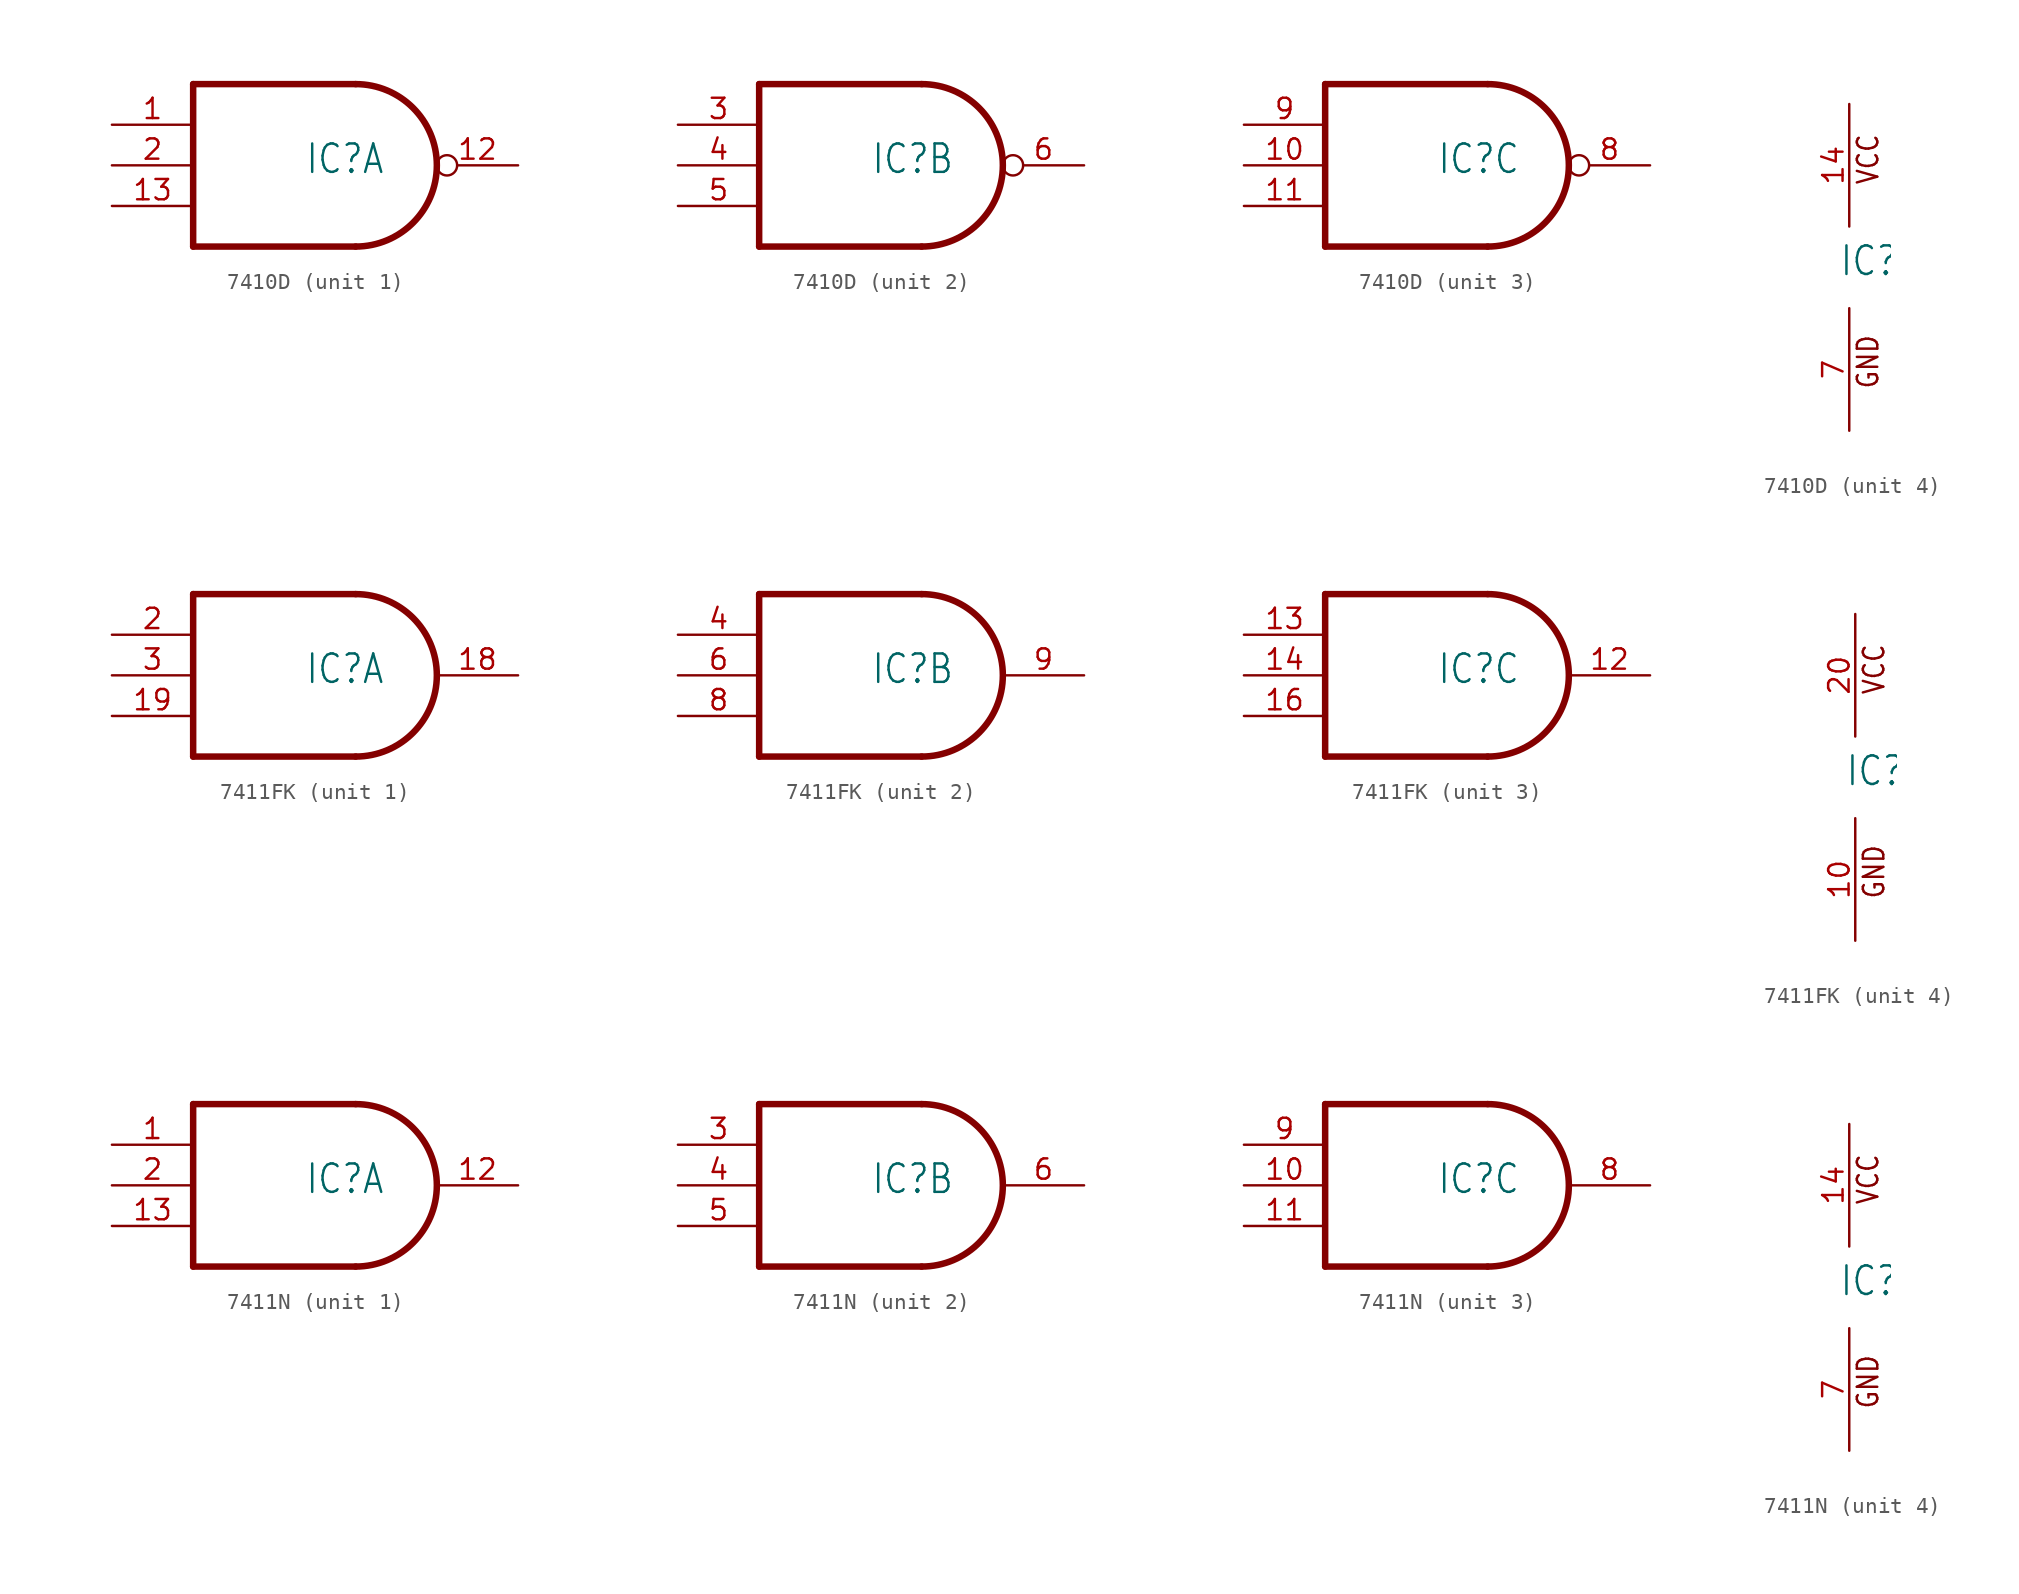
<source format=kicad_sym>
(kicad_symbol_lib
  (version 20220914)
  (generator kicad_symbol_editor)
  (symbol "7410D"
    (property "Reference" "IC"
      (at -0.635 -0.635 0)
      (effects (font (size 1.778 1.511)) (justify left bottom)))
    (property "ki_locked" ""
      (at 0 0 0)
      (effects (font (size 1.27 1.27))))
    (symbol "7410D_1_0"
      (polyline (pts (xy -7.62 -5.08) (xy 2.54 -5.08)) (stroke (width 0.406) (type solid)) (fill (type none)))
      (polyline (pts (xy -7.62 5.08) (xy -7.62 -5.08)) (stroke (width 0.406) (type solid)) (fill (type none)))
      (polyline (pts (xy 2.54 5.08) (xy -7.62 5.08)) (stroke (width 0.406) (type solid)) (fill (type none)))
      (arc (start 2.5398 -5.08) (mid 7.6199 -0.0001) (end 2.54 5.08) (stroke (width 0.4064) (type solid)) (fill (type none)))
      (pin input line (at -12.7 2.54 0) (length 5.08) (name "I0" (effects (font (size 0 0)))) (number "1" (effects (font (size 1.27 1.27)))))
      (pin output inverted (at 12.7 0 180) (length 5.08) (name "O" (effects (font (size 0 0)))) (number "12" (effects (font (size 1.27 1.27)))))
      (pin input line (at -12.7 -2.54 0) (length 5.08) (name "I2" (effects (font (size 0 0)))) (number "13" (effects (font (size 1.27 1.27)))))
      (pin input line (at -12.7 0 0) (length 5.08) (name "I1" (effects (font (size 0 0)))) (number "2" (effects (font (size 1.27 1.27))))))
    (symbol "7410D_2_0"
      (polyline (pts (xy -7.62 -5.08) (xy 2.54 -5.08)) (stroke (width 0.406) (type solid)) (fill (type none)))
      (polyline (pts (xy -7.62 5.08) (xy -7.62 -5.08)) (stroke (width 0.406) (type solid)) (fill (type none)))
      (polyline (pts (xy 2.54 5.08) (xy -7.62 5.08)) (stroke (width 0.406) (type solid)) (fill (type none)))
      (arc (start 2.5398 -5.08) (mid 7.6199 -0.0001) (end 2.54 5.08) (stroke (width 0.4064) (type solid)) (fill (type none)))
      (pin input line (at -12.7 2.54 0) (length 5.08) (name "I0" (effects (font (size 0 0)))) (number "3" (effects (font (size 1.27 1.27)))))
      (pin input line (at -12.7 0 0) (length 5.08) (name "I1" (effects (font (size 0 0)))) (number "4" (effects (font (size 1.27 1.27)))))
      (pin input line (at -12.7 -2.54 0) (length 5.08) (name "I2" (effects (font (size 0 0)))) (number "5" (effects (font (size 1.27 1.27)))))
      (pin output inverted (at 12.7 0 180) (length 5.08) (name "O" (effects (font (size 0 0)))) (number "6" (effects (font (size 1.27 1.27))))))
    (symbol "7410D_3_0"
      (polyline (pts (xy -7.62 -5.08) (xy 2.54 -5.08)) (stroke (width 0.406) (type solid)) (fill (type none)))
      (polyline (pts (xy -7.62 5.08) (xy -7.62 -5.08)) (stroke (width 0.406) (type solid)) (fill (type none)))
      (polyline (pts (xy 2.54 5.08) (xy -7.62 5.08)) (stroke (width 0.406) (type solid)) (fill (type none)))
      (arc (start 2.5398 -5.08) (mid 7.6199 -0.0001) (end 2.54 5.08) (stroke (width 0.4064) (type solid)) (fill (type none)))
      (pin input line (at -12.7 0 0) (length 5.08) (name "I1" (effects (font (size 0 0)))) (number "10" (effects (font (size 1.27 1.27)))))
      (pin input line (at -12.7 -2.54 0) (length 5.08) (name "I2" (effects (font (size 0 0)))) (number "11" (effects (font (size 1.27 1.27)))))
      (pin output inverted (at 12.7 0 180) (length 5.08) (name "O" (effects (font (size 0 0)))) (number "8" (effects (font (size 1.27 1.27)))))
      (pin input line (at -12.7 2.54 0) (length 5.08) (name "I0" (effects (font (size 0 0)))) (number "9" (effects (font (size 1.27 1.27))))))
    (symbol "7410D_4_0"
      (text "GND" (at 1.905 -7.62 900) (effects (font (size 1.27 1.079)) (justify left bottom)))
      (text "VCC" (at 1.905 5.08 900) (effects (font (size 1.27 1.079)) (justify left bottom)))
      (pin power_in line (at 0 10.16 270) (length 7.62) (name "VCC" (effects (font (size 0 0)))) (number "14" (effects (font (size 1.27 1.27)))))
      (pin power_in line (at 0 -10.16 90) (length 7.62) (name "GND" (effects (font (size 0 0)))) (number "7" (effects (font (size 1.27 1.27)))))))
  (symbol "7411FK"
    (property "Reference" "IC"
      (at -0.635 -0.635 0)
      (effects (font (size 1.778 1.511)) (justify left bottom)))
    (property "ki_locked" ""
      (at 0 0 0)
      (effects (font (size 1.27 1.27))))
    (symbol "7411FK_1_0"
      (polyline (pts (xy -7.62 -5.08) (xy 2.54 -5.08)) (stroke (width 0.406) (type solid)) (fill (type none)))
      (polyline (pts (xy -7.62 5.08) (xy -7.62 -5.08)) (stroke (width 0.406) (type solid)) (fill (type none)))
      (polyline (pts (xy 2.54 5.08) (xy -7.62 5.08)) (stroke (width 0.406) (type solid)) (fill (type none)))
      (arc (start 2.5398 -5.08) (mid 7.6199 -0.0001) (end 2.54 5.08) (stroke (width 0.4064) (type solid)) (fill (type none)))
      (pin output line (at 12.7 0 180) (length 5.08) (name "O" (effects (font (size 0 0)))) (number "18" (effects (font (size 1.27 1.27)))))
      (pin input line (at -12.7 -2.54 0) (length 5.08) (name "I2" (effects (font (size 0 0)))) (number "19" (effects (font (size 1.27 1.27)))))
      (pin input line (at -12.7 2.54 0) (length 5.08) (name "I0" (effects (font (size 0 0)))) (number "2" (effects (font (size 1.27 1.27)))))
      (pin input line (at -12.7 0 0) (length 5.08) (name "I1" (effects (font (size 0 0)))) (number "3" (effects (font (size 1.27 1.27))))))
    (symbol "7411FK_2_0"
      (polyline (pts (xy -7.62 -5.08) (xy 2.54 -5.08)) (stroke (width 0.406) (type solid)) (fill (type none)))
      (polyline (pts (xy -7.62 5.08) (xy -7.62 -5.08)) (stroke (width 0.406) (type solid)) (fill (type none)))
      (polyline (pts (xy 2.54 5.08) (xy -7.62 5.08)) (stroke (width 0.406) (type solid)) (fill (type none)))
      (arc (start 2.5398 -5.08) (mid 7.6199 -0.0001) (end 2.54 5.08) (stroke (width 0.4064) (type solid)) (fill (type none)))
      (pin input line (at -12.7 2.54 0) (length 5.08) (name "I0" (effects (font (size 0 0)))) (number "4" (effects (font (size 1.27 1.27)))))
      (pin input line (at -12.7 0 0) (length 5.08) (name "I1" (effects (font (size 0 0)))) (number "6" (effects (font (size 1.27 1.27)))))
      (pin input line (at -12.7 -2.54 0) (length 5.08) (name "I2" (effects (font (size 0 0)))) (number "8" (effects (font (size 1.27 1.27)))))
      (pin output line (at 12.7 0 180) (length 5.08) (name "O" (effects (font (size 0 0)))) (number "9" (effects (font (size 1.27 1.27))))))
    (symbol "7411FK_3_0"
      (polyline (pts (xy -7.62 -5.08) (xy 2.54 -5.08)) (stroke (width 0.406) (type solid)) (fill (type none)))
      (polyline (pts (xy -7.62 5.08) (xy -7.62 -5.08)) (stroke (width 0.406) (type solid)) (fill (type none)))
      (polyline (pts (xy 2.54 5.08) (xy -7.62 5.08)) (stroke (width 0.406) (type solid)) (fill (type none)))
      (arc (start 2.5398 -5.08) (mid 7.6199 -0.0001) (end 2.54 5.08) (stroke (width 0.4064) (type solid)) (fill (type none)))
      (pin output line (at 12.7 0 180) (length 5.08) (name "O" (effects (font (size 0 0)))) (number "12" (effects (font (size 1.27 1.27)))))
      (pin input line (at -12.7 2.54 0) (length 5.08) (name "I0" (effects (font (size 0 0)))) (number "13" (effects (font (size 1.27 1.27)))))
      (pin input line (at -12.7 0 0) (length 5.08) (name "I1" (effects (font (size 0 0)))) (number "14" (effects (font (size 1.27 1.27)))))
      (pin input line (at -12.7 -2.54 0) (length 5.08) (name "I2" (effects (font (size 0 0)))) (number "16" (effects (font (size 1.27 1.27))))))
    (symbol "7411FK_4_0"
      (text "GND" (at 1.905 -7.62 900) (effects (font (size 1.27 1.079)) (justify left bottom)))
      (text "VCC" (at 1.905 5.08 900) (effects (font (size 1.27 1.079)) (justify left bottom)))
      (pin power_in line (at 0 -10.16 90) (length 7.62) (name "GND" (effects (font (size 0 0)))) (number "10" (effects (font (size 1.27 1.27)))))
      (pin power_in line (at 0 10.16 270) (length 7.62) (name "VCC" (effects (font (size 0 0)))) (number "20" (effects (font (size 1.27 1.27)))))))
  (symbol "7411N"
    (property "Reference" "IC"
      (at -0.635 -0.635 0)
      (effects (font (size 1.778 1.511)) (justify left bottom)))
    (property "ki_locked" ""
      (at 0 0 0)
      (effects (font (size 1.27 1.27))))
    (symbol "7411N_1_0"
      (polyline (pts (xy -7.62 -5.08) (xy 2.54 -5.08)) (stroke (width 0.406) (type solid)) (fill (type none)))
      (polyline (pts (xy -7.62 5.08) (xy -7.62 -5.08)) (stroke (width 0.406) (type solid)) (fill (type none)))
      (polyline (pts (xy 2.54 5.08) (xy -7.62 5.08)) (stroke (width 0.406) (type solid)) (fill (type none)))
      (arc (start 2.5398 -5.08) (mid 7.6199 -0.0001) (end 2.54 5.08) (stroke (width 0.4064) (type solid)) (fill (type none)))
      (pin input line (at -12.7 2.54 0) (length 5.08) (name "I0" (effects (font (size 0 0)))) (number "1" (effects (font (size 1.27 1.27)))))
      (pin output line (at 12.7 0 180) (length 5.08) (name "O" (effects (font (size 0 0)))) (number "12" (effects (font (size 1.27 1.27)))))
      (pin input line (at -12.7 -2.54 0) (length 5.08) (name "I2" (effects (font (size 0 0)))) (number "13" (effects (font (size 1.27 1.27)))))
      (pin input line (at -12.7 0 0) (length 5.08) (name "I1" (effects (font (size 0 0)))) (number "2" (effects (font (size 1.27 1.27))))))
    (symbol "7411N_2_0"
      (polyline (pts (xy -7.62 -5.08) (xy 2.54 -5.08)) (stroke (width 0.406) (type solid)) (fill (type none)))
      (polyline (pts (xy -7.62 5.08) (xy -7.62 -5.08)) (stroke (width 0.406) (type solid)) (fill (type none)))
      (polyline (pts (xy 2.54 5.08) (xy -7.62 5.08)) (stroke (width 0.406) (type solid)) (fill (type none)))
      (arc (start 2.5398 -5.08) (mid 7.6199 -0.0001) (end 2.54 5.08) (stroke (width 0.4064) (type solid)) (fill (type none)))
      (pin input line (at -12.7 2.54 0) (length 5.08) (name "I0" (effects (font (size 0 0)))) (number "3" (effects (font (size 1.27 1.27)))))
      (pin input line (at -12.7 0 0) (length 5.08) (name "I1" (effects (font (size 0 0)))) (number "4" (effects (font (size 1.27 1.27)))))
      (pin input line (at -12.7 -2.54 0) (length 5.08) (name "I2" (effects (font (size 0 0)))) (number "5" (effects (font (size 1.27 1.27)))))
      (pin output line (at 12.7 0 180) (length 5.08) (name "O" (effects (font (size 0 0)))) (number "6" (effects (font (size 1.27 1.27))))))
    (symbol "7411N_3_0"
      (polyline (pts (xy -7.62 -5.08) (xy 2.54 -5.08)) (stroke (width 0.406) (type solid)) (fill (type none)))
      (polyline (pts (xy -7.62 5.08) (xy -7.62 -5.08)) (stroke (width 0.406) (type solid)) (fill (type none)))
      (polyline (pts (xy 2.54 5.08) (xy -7.62 5.08)) (stroke (width 0.406) (type solid)) (fill (type none)))
      (arc (start 2.5398 -5.08) (mid 7.6199 -0.0001) (end 2.54 5.08) (stroke (width 0.4064) (type solid)) (fill (type none)))
      (pin input line (at -12.7 0 0) (length 5.08) (name "I1" (effects (font (size 0 0)))) (number "10" (effects (font (size 1.27 1.27)))))
      (pin input line (at -12.7 -2.54 0) (length 5.08) (name "I2" (effects (font (size 0 0)))) (number "11" (effects (font (size 1.27 1.27)))))
      (pin output line (at 12.7 0 180) (length 5.08) (name "O" (effects (font (size 0 0)))) (number "8" (effects (font (size 1.27 1.27)))))
      (pin input line (at -12.7 2.54 0) (length 5.08) (name "I0" (effects (font (size 0 0)))) (number "9" (effects (font (size 1.27 1.27))))))
    (symbol "7411N_4_0"
      (text "GND" (at 1.905 -7.62 900) (effects (font (size 1.27 1.079)) (justify left bottom)))
      (text "VCC" (at 1.905 5.08 900) (effects (font (size 1.27 1.079)) (justify left bottom)))
      (pin power_in line (at 0 10.16 270) (length 7.62) (name "VCC" (effects (font (size 0 0)))) (number "14" (effects (font (size 1.27 1.27)))))
      (pin power_in line (at 0 -10.16 90) (length 7.62) (name "GND" (effects (font (size 0 0)))) (number "7" (effects (font (size 1.27 1.27))))))))
</source>
